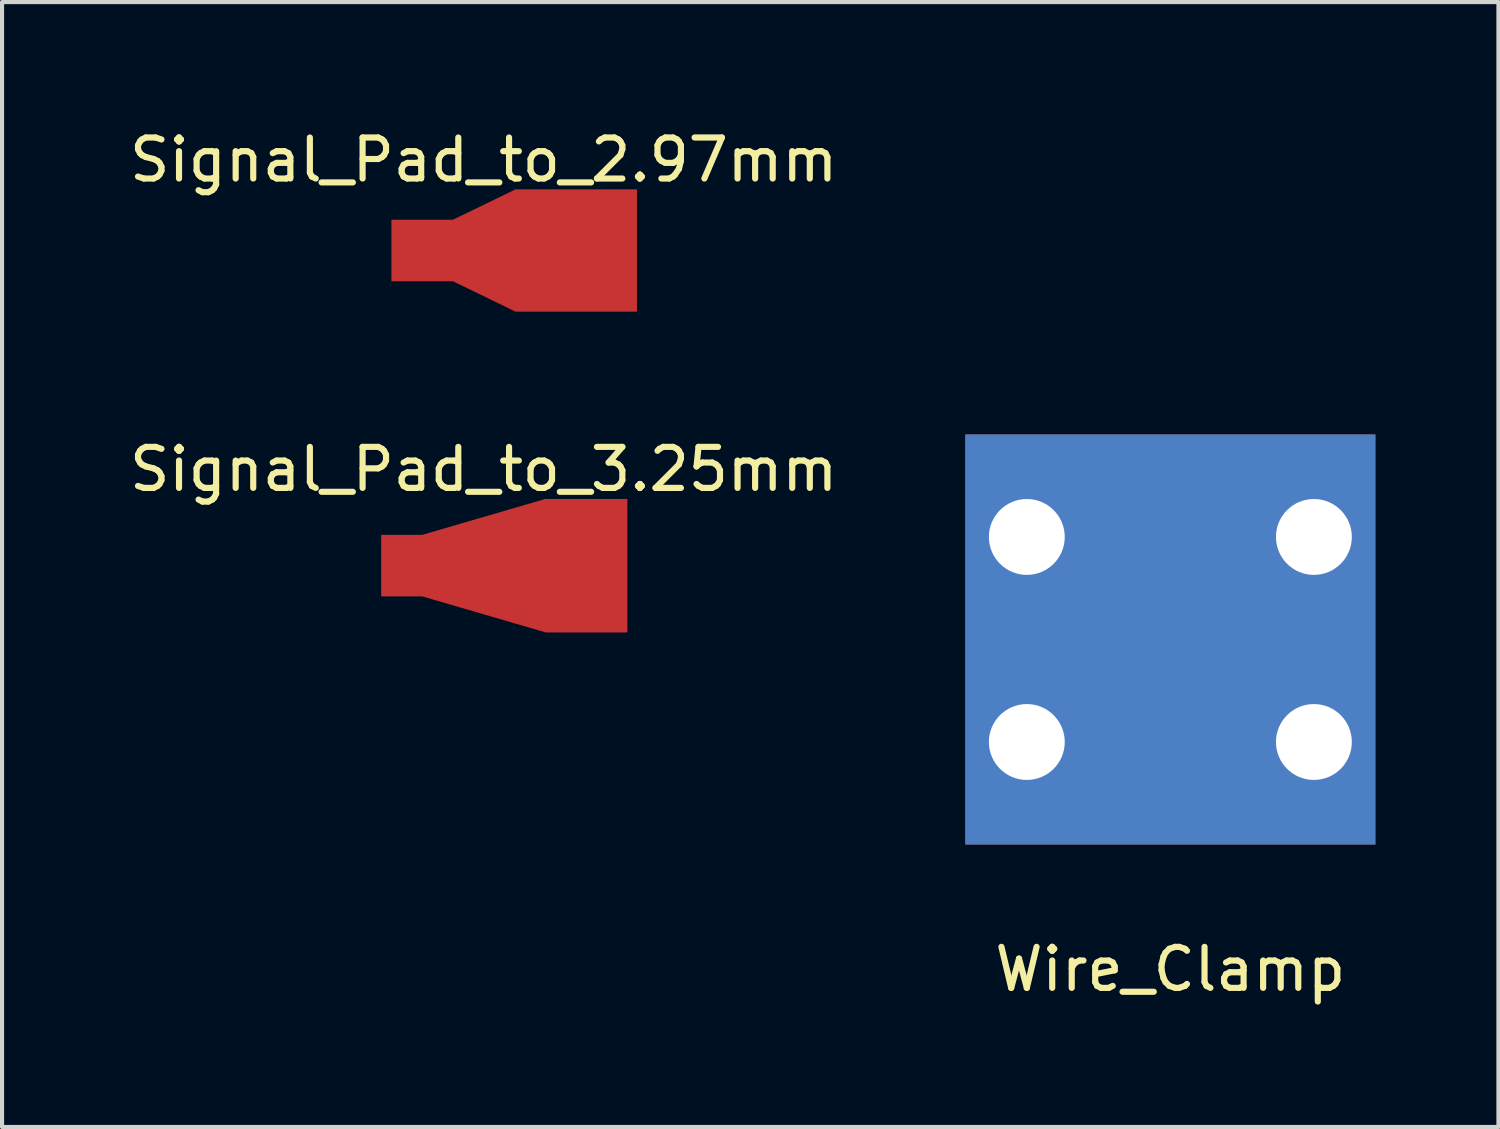
<source format=kicad_pcb>
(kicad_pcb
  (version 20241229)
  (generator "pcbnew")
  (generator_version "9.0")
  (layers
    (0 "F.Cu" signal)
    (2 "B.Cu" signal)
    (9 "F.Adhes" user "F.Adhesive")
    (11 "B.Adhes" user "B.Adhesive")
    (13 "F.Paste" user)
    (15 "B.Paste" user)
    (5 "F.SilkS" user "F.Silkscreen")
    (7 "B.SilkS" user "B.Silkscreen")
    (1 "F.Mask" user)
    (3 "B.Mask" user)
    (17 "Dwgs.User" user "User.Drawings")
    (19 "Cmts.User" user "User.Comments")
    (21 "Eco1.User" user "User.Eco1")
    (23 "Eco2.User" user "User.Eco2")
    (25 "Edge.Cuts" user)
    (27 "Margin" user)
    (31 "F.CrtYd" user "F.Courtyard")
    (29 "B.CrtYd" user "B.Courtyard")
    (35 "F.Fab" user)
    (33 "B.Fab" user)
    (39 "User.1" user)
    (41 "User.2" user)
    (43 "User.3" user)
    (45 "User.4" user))
  (footprint "Signal_Pad_to_3.25mm"
    (layer "F.Cu")
    (at 6.744 10.742)
    (property "Reference" "Signal_Pad_to_3.25mm" (at 2 -2.35 0) (layer "F.SilkS") (effects (font (size 1 1) (thickness 0.15))))
    (attr exclude_from_pos_files exclude_from_bom)
    (pad "1" smd custom (at 0 0) (size 1 1.5) (layers "F.Cu") (options (anchor rect)) (primitives (gr_poly (pts (xy -0.5 -0.75) (xy 0.5 -0.75) (xy 3.5 -1.625) (xy 5.5 -1.625) (xy 5.5 1.625) (xy 3.5 1.625) (xy 0.5 0.75) (xy -0.5 0.75)) (width 0) (fill yes))))
    (pad "1" smd rect (at 4.5 0) (size 2 3.25) (layers "F.Cu")))
  (footprint "Signal_Pad_to_2.97mm"
    (layer "F.Cu")
    (at 7.244 3.058)
    (property "Reference" "Signal_Pad_to_2.97mm" (at 1.5 -2.21 0) (layer "F.SilkS") (effects (font (size 1 1) (thickness 0.15))))
    (attr exclude_from_pos_files exclude_from_bom)
    (pad "1" smd custom (at 0 0) (size 1.5 1.5) (layers "F.Cu") (options (anchor rect)) (primitives (gr_poly (pts (xy -0.75 -0.75) (xy 0.75 -0.75) (xy 2.265 -1.485) (xy 5.235 -1.485) (xy 5.235 1.485) (xy 2.265 1.485) (xy 0.75 0.75) (xy -0.75 0.75)) (width 0) (fill yes))))
    (pad "1" smd rect (at 3.75 0) (size 2.97 2.97) (layers "F.Cu")))
  (footprint "Wire_Clamp"
    (layer "F.Cu")
    (at 25.488 17.543)
    (property "Reference" "Wire_Clamp" (at 0 3.04 0) (layer "F.SilkS") (effects (font (size 1 1) (thickness 0.15))))
    (attr through_hole)
    (pad "1" thru_hole circle (at -3.5 -7.5) (size 2.7 2.7) (drill 1.85) (layers "*.Cu" "*.Mask"))
    (pad "1" thru_hole circle (at -3.5 -2.5) (size 2.7 2.7) (drill 1.85) (layers "*.Cu" "*.Mask"))
    (pad "1" smd rect (at 0 -5) (size 10 10) (layers "F.Cu" "F.Mask" "F.Paste"))
    (pad "1" smd rect (at 0 -5) (size 10 10) (layers "B.Cu" "B.Mask" "B.Paste"))
    (pad "1" thru_hole circle (at 3.5 -7.5) (size 2.7 2.7) (drill 1.85) (layers "*.Cu" "*.Mask"))
    (pad "1" thru_hole circle (at 3.5 -2.5) (size 2.7 2.7) (drill 1.85) (layers "*.Cu" "*.Mask")))
  (gr_rect
    (start -3 -3)
    (end 33.488 24.431)
    (stroke (width 0.1) (type default))
    (fill no)
    (layer "Edge.Cuts")))
</source>
